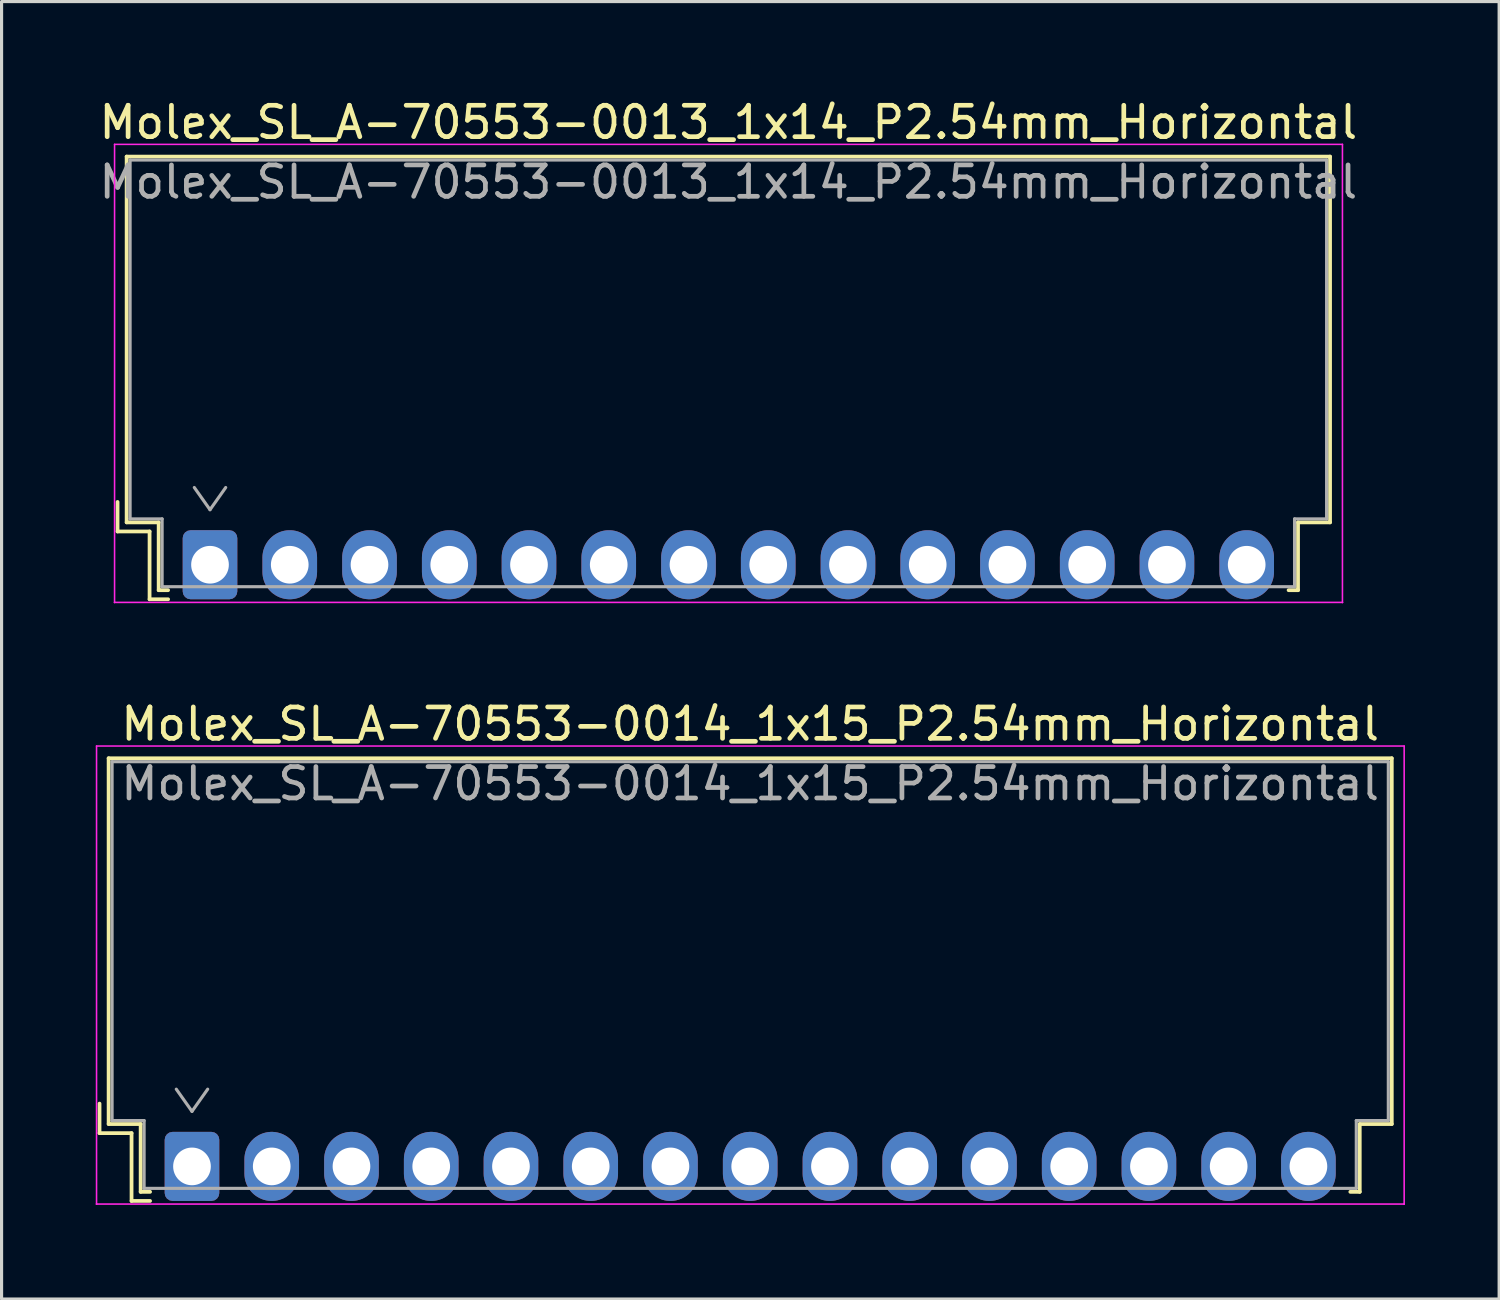
<source format=kicad_pcb>
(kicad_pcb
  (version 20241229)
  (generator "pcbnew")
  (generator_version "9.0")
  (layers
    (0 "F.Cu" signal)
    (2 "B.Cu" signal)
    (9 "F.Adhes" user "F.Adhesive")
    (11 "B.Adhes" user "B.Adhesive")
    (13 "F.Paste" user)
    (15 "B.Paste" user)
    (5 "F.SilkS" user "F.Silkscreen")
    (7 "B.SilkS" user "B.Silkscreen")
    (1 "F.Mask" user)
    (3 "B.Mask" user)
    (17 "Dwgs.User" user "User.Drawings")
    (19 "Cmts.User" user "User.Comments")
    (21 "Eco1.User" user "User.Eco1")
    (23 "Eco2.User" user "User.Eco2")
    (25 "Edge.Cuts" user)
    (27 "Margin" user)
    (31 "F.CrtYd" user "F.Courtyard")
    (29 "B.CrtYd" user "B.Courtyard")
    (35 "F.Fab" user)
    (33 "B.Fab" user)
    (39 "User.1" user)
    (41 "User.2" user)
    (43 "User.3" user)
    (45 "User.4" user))
  (footprint "Molex_SL_A-70553-0014_1x15_P2.54mm_Horizontal"
    (layer "F.Cu")
    (at 3.065 34.102)
    (property "Reference" "Molex_SL_A-70553-0014_1x15_P2.54mm_Horizontal" (at 17.78 -14.09 0) (layer "F.SilkS") (effects (font (size 1 1) (thickness 0.15))))
    (attr through_hole)
    (fp_line (start -2.945 -2) (end -2.945 -1.06) (stroke (width 0.12) (type solid)) (layer "F.SilkS"))
    (fp_line (start -2.945 -1.06) (end -1.925 -1.06) (stroke (width 0.12) (type solid)) (layer "F.SilkS"))
    (fp_line (start -2.655 -13) (end 38.215 -13) (stroke (width 0.12) (type solid)) (layer "F.SilkS"))
    (fp_line (start -2.655 -1.35) (end -2.655 -13) (stroke (width 0.12) (type solid)) (layer "F.SilkS"))
    (fp_line (start -2.655 -1.35) (end -1.635 -1.35) (stroke (width 0.12) (type solid)) (layer "F.SilkS"))
    (fp_line (start -1.925 -1.06) (end -1.925 1.1) (stroke (width 0.12) (type solid)) (layer "F.SilkS"))
    (fp_line (start -1.925 1.1) (end -1.335 1.1) (stroke (width 0.12) (type solid)) (layer "F.SilkS"))
    (fp_line (start -1.635 -1.35) (end -1.635 0.81) (stroke (width 0.12) (type solid)) (layer "F.SilkS"))
    (fp_line (start -1.635 0.81) (end -1.335 0.81) (stroke (width 0.12) (type solid)) (layer "F.SilkS"))
    (fp_line (start 37.195 -1.35) (end 37.195 0.81) (stroke (width 0.12) (type solid)) (layer "F.SilkS"))
    (fp_line (start 37.195 0.81) (end 36.895 0.81) (stroke (width 0.12) (type solid)) (layer "F.SilkS"))
    (fp_line (start 38.215 -13) (end 38.215 -1.35) (stroke (width 0.12) (type solid)) (layer "F.SilkS"))
    (fp_line (start 38.215 -1.35) (end 37.195 -1.35) (stroke (width 0.12) (type solid)) (layer "F.SilkS"))
    (fp_line (start -3.04 -13.39) (end -3.04 1.2) (stroke (width 0.05) (type solid)) (layer "F.CrtYd"))
    (fp_line (start -3.04 1.2) (end -3.04 1.2) (stroke (width 0.05) (type solid)) (layer "F.CrtYd"))
    (fp_line (start -3.04 1.2) (end -3.04 1.2) (stroke (width 0.05) (type solid)) (layer "F.CrtYd"))
    (fp_line (start -3.04 1.2) (end 38.61 1.2) (stroke (width 0.05) (type solid)) (layer "F.CrtYd"))
    (fp_line (start 38.61 -13.39) (end -3.04 -13.39) (stroke (width 0.05) (type solid)) (layer "F.CrtYd"))
    (fp_line (start 38.61 1.2) (end 38.61 -13.39) (stroke (width 0.05) (type solid)) (layer "F.CrtYd"))
    (fp_line (start 38.61 1.2) (end 38.61 1.2) (stroke (width 0.05) (type solid)) (layer "F.CrtYd"))
    (fp_line (start 38.61 1.2) (end 38.61 1.2) (stroke (width 0.05) (type solid)) (layer "F.CrtYd"))
    (fp_line (start -2.545 -12.89) (end -2.545 -1.46) (stroke (width 0.1) (type solid)) (layer "F.Fab"))
    (fp_line (start -2.545 -1.46) (end -1.525 -1.46) (stroke (width 0.1) (type solid)) (layer "F.Fab"))
    (fp_line (start -1.525 -1.46) (end -1.525 0.7) (stroke (width 0.1) (type solid)) (layer "F.Fab"))
    (fp_line (start -1.525 0.7) (end 37.085 0.7) (stroke (width 0.1) (type solid)) (layer "F.Fab"))
    (fp_line (start -0.5 -2.46) (end 0 -1.753) (stroke (width 0.1) (type solid)) (layer "F.Fab"))
    (fp_line (start 0 -1.753) (end 0.5 -2.46) (stroke (width 0.1) (type solid)) (layer "F.Fab"))
    (fp_line (start 37.085 -1.46) (end 38.105 -1.46) (stroke (width 0.1) (type solid)) (layer "F.Fab"))
    (fp_line (start 37.085 0.7) (end 37.085 -1.46) (stroke (width 0.1) (type solid)) (layer "F.Fab"))
    (fp_line (start 38.105 -12.89) (end -2.545 -12.89) (stroke (width 0.1) (type solid)) (layer "F.Fab"))
    (fp_line (start 38.105 -1.46) (end 38.105 -12.89) (stroke (width 0.1) (type solid)) (layer "F.Fab"))
    (fp_text user "${REFERENCE}" (at 17.78 -12.19 0) (layer "F.Fab") (effects (font (size 1 1) (thickness 0.15))))
    (pad "1" thru_hole roundrect (at 0 0) (size 1.74 2.2) (drill 1.2) (layers "*.Cu" "*.Mask") (roundrect_rratio 0.144))
    (pad "2" thru_hole oval (at 2.54 0) (size 1.74 2.2) (drill 1.2) (layers "*.Cu" "*.Mask"))
    (pad "3" thru_hole oval (at 5.08 0) (size 1.74 2.2) (drill 1.2) (layers "*.Cu" "*.Mask"))
    (pad "4" thru_hole oval (at 7.62 0) (size 1.74 2.2) (drill 1.2) (layers "*.Cu" "*.Mask"))
    (pad "5" thru_hole oval (at 10.16 0) (size 1.74 2.2) (drill 1.2) (layers "*.Cu" "*.Mask"))
    (pad "6" thru_hole oval (at 12.7 0) (size 1.74 2.2) (drill 1.2) (layers "*.Cu" "*.Mask"))
    (pad "7" thru_hole oval (at 15.24 0) (size 1.74 2.2) (drill 1.2) (layers "*.Cu" "*.Mask"))
    (pad "8" thru_hole oval (at 17.78 0) (size 1.74 2.2) (drill 1.2) (layers "*.Cu" "*.Mask"))
    (pad "9" thru_hole oval (at 20.32 0) (size 1.74 2.2) (drill 1.2) (layers "*.Cu" "*.Mask"))
    (pad "10" thru_hole oval (at 22.86 0) (size 1.74 2.2) (drill 1.2) (layers "*.Cu" "*.Mask"))
    (pad "11" thru_hole oval (at 25.4 0) (size 1.74 2.2) (drill 1.2) (layers "*.Cu" "*.Mask"))
    (pad "12" thru_hole oval (at 27.94 0) (size 1.74 2.2) (drill 1.2) (layers "*.Cu" "*.Mask"))
    (pad "13" thru_hole oval (at 30.48 0) (size 1.74 2.2) (drill 1.2) (layers "*.Cu" "*.Mask"))
    (pad "14" thru_hole oval (at 33.02 0) (size 1.74 2.2) (drill 1.2) (layers "*.Cu" "*.Mask"))
    (pad "15" thru_hole oval (at 35.56 0) (size 1.74 2.2) (drill 1.2) (layers "*.Cu" "*.Mask")))
  (footprint "Molex_SL_A-70553-0013_1x14_P2.54mm_Horizontal"
    (layer "F.Cu")
    (at 3.639 14.938)
    (property "Reference" "Molex_SL_A-70553-0013_1x14_P2.54mm_Horizontal" (at 16.51 -14.09 0) (layer "F.SilkS") (effects (font (size 1 1) (thickness 0.15))))
    (attr through_hole)
    (fp_line (start -2.945 -2) (end -2.945 -1.06) (stroke (width 0.12) (type solid)) (layer "F.SilkS"))
    (fp_line (start -2.945 -1.06) (end -1.925 -1.06) (stroke (width 0.12) (type solid)) (layer "F.SilkS"))
    (fp_line (start -2.655 -13) (end 35.675 -13) (stroke (width 0.12) (type solid)) (layer "F.SilkS"))
    (fp_line (start -2.655 -1.35) (end -2.655 -13) (stroke (width 0.12) (type solid)) (layer "F.SilkS"))
    (fp_line (start -2.655 -1.35) (end -1.635 -1.35) (stroke (width 0.12) (type solid)) (layer "F.SilkS"))
    (fp_line (start -1.925 -1.06) (end -1.925 1.1) (stroke (width 0.12) (type solid)) (layer "F.SilkS"))
    (fp_line (start -1.925 1.1) (end -1.335 1.1) (stroke (width 0.12) (type solid)) (layer "F.SilkS"))
    (fp_line (start -1.635 -1.35) (end -1.635 0.81) (stroke (width 0.12) (type solid)) (layer "F.SilkS"))
    (fp_line (start -1.635 0.81) (end -1.335 0.81) (stroke (width 0.12) (type solid)) (layer "F.SilkS"))
    (fp_line (start 34.655 -1.35) (end 34.655 0.81) (stroke (width 0.12) (type solid)) (layer "F.SilkS"))
    (fp_line (start 34.655 0.81) (end 34.355 0.81) (stroke (width 0.12) (type solid)) (layer "F.SilkS"))
    (fp_line (start 35.675 -13) (end 35.675 -1.35) (stroke (width 0.12) (type solid)) (layer "F.SilkS"))
    (fp_line (start 35.675 -1.35) (end 34.655 -1.35) (stroke (width 0.12) (type solid)) (layer "F.SilkS"))
    (fp_line (start -3.04 -13.39) (end -3.04 1.2) (stroke (width 0.05) (type solid)) (layer "F.CrtYd"))
    (fp_line (start -3.04 1.2) (end -3.04 1.2) (stroke (width 0.05) (type solid)) (layer "F.CrtYd"))
    (fp_line (start -3.04 1.2) (end -3.04 1.2) (stroke (width 0.05) (type solid)) (layer "F.CrtYd"))
    (fp_line (start -3.04 1.2) (end 36.07 1.2) (stroke (width 0.05) (type solid)) (layer "F.CrtYd"))
    (fp_line (start 36.07 -13.39) (end -3.04 -13.39) (stroke (width 0.05) (type solid)) (layer "F.CrtYd"))
    (fp_line (start 36.07 1.2) (end 36.07 -13.39) (stroke (width 0.05) (type solid)) (layer "F.CrtYd"))
    (fp_line (start 36.07 1.2) (end 36.07 1.2) (stroke (width 0.05) (type solid)) (layer "F.CrtYd"))
    (fp_line (start 36.07 1.2) (end 36.07 1.2) (stroke (width 0.05) (type solid)) (layer "F.CrtYd"))
    (fp_line (start -2.545 -12.89) (end -2.545 -1.46) (stroke (width 0.1) (type solid)) (layer "F.Fab"))
    (fp_line (start -2.545 -1.46) (end -1.525 -1.46) (stroke (width 0.1) (type solid)) (layer "F.Fab"))
    (fp_line (start -1.525 -1.46) (end -1.525 0.7) (stroke (width 0.1) (type solid)) (layer "F.Fab"))
    (fp_line (start -1.525 0.7) (end 34.545 0.7) (stroke (width 0.1) (type solid)) (layer "F.Fab"))
    (fp_line (start -0.5 -2.46) (end 0 -1.753) (stroke (width 0.1) (type solid)) (layer "F.Fab"))
    (fp_line (start 0 -1.753) (end 0.5 -2.46) (stroke (width 0.1) (type solid)) (layer "F.Fab"))
    (fp_line (start 34.545 -1.46) (end 35.565 -1.46) (stroke (width 0.1) (type solid)) (layer "F.Fab"))
    (fp_line (start 34.545 0.7) (end 34.545 -1.46) (stroke (width 0.1) (type solid)) (layer "F.Fab"))
    (fp_line (start 35.565 -12.89) (end -2.545 -12.89) (stroke (width 0.1) (type solid)) (layer "F.Fab"))
    (fp_line (start 35.565 -1.46) (end 35.565 -12.89) (stroke (width 0.1) (type solid)) (layer "F.Fab"))
    (fp_text user "${REFERENCE}" (at 16.51 -12.19 0) (layer "F.Fab") (effects (font (size 1 1) (thickness 0.15))))
    (pad "1" thru_hole roundrect (at 0 0) (size 1.74 2.2) (drill 1.2) (layers "*.Cu" "*.Mask") (roundrect_rratio 0.144))
    (pad "2" thru_hole oval (at 2.54 0) (size 1.74 2.2) (drill 1.2) (layers "*.Cu" "*.Mask"))
    (pad "3" thru_hole oval (at 5.08 0) (size 1.74 2.2) (drill 1.2) (layers "*.Cu" "*.Mask"))
    (pad "4" thru_hole oval (at 7.62 0) (size 1.74 2.2) (drill 1.2) (layers "*.Cu" "*.Mask"))
    (pad "5" thru_hole oval (at 10.16 0) (size 1.74 2.2) (drill 1.2) (layers "*.Cu" "*.Mask"))
    (pad "6" thru_hole oval (at 12.7 0) (size 1.74 2.2) (drill 1.2) (layers "*.Cu" "*.Mask"))
    (pad "7" thru_hole oval (at 15.24 0) (size 1.74 2.2) (drill 1.2) (layers "*.Cu" "*.Mask"))
    (pad "8" thru_hole oval (at 17.78 0) (size 1.74 2.2) (drill 1.2) (layers "*.Cu" "*.Mask"))
    (pad "9" thru_hole oval (at 20.32 0) (size 1.74 2.2) (drill 1.2) (layers "*.Cu" "*.Mask"))
    (pad "10" thru_hole oval (at 22.86 0) (size 1.74 2.2) (drill 1.2) (layers "*.Cu" "*.Mask"))
    (pad "11" thru_hole oval (at 25.4 0) (size 1.74 2.2) (drill 1.2) (layers "*.Cu" "*.Mask"))
    (pad "12" thru_hole oval (at 27.94 0) (size 1.74 2.2) (drill 1.2) (layers "*.Cu" "*.Mask"))
    (pad "13" thru_hole oval (at 30.48 0) (size 1.74 2.2) (drill 1.2) (layers "*.Cu" "*.Mask"))
    (pad "14" thru_hole oval (at 33.02 0) (size 1.74 2.2) (drill 1.2) (layers "*.Cu" "*.Mask")))
  (gr_rect
    (start -3 -3)
    (end 44.7 38.327)
    (stroke (width 0.1) (type default))
    (fill no)
    (layer "Edge.Cuts")))
</source>
